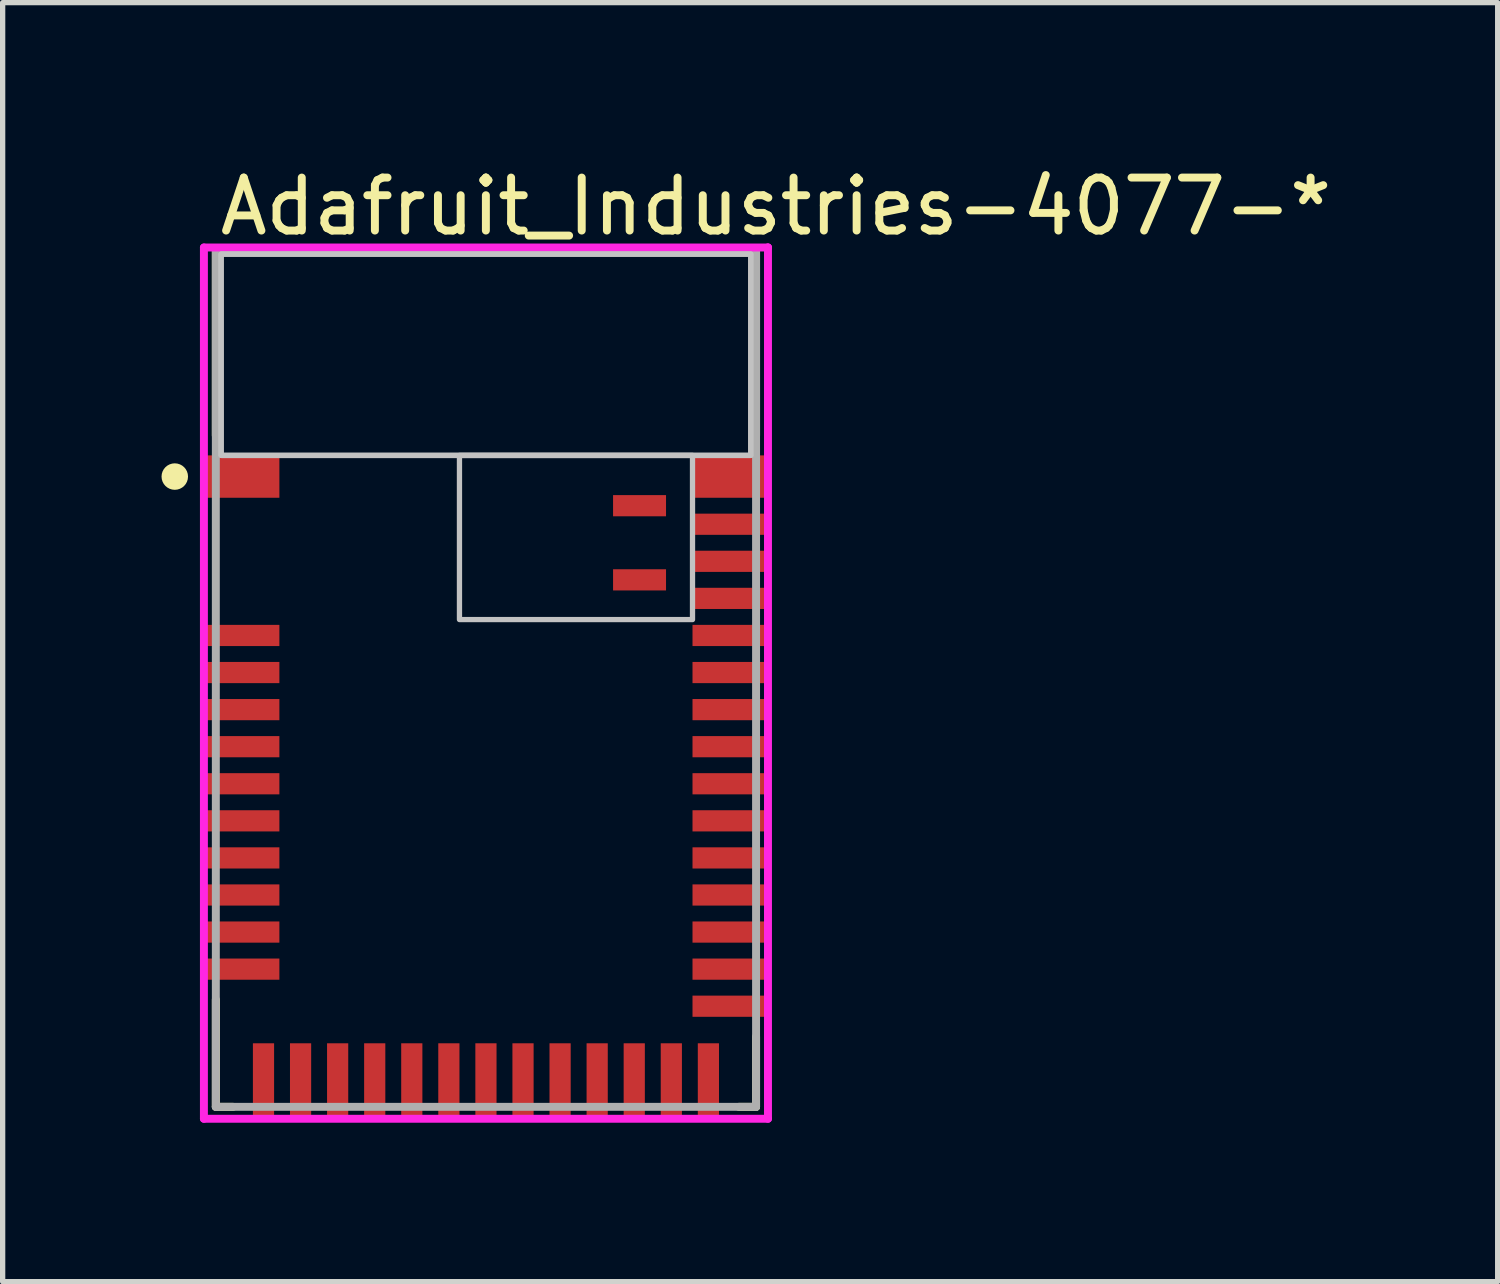
<source format=kicad_pcb>
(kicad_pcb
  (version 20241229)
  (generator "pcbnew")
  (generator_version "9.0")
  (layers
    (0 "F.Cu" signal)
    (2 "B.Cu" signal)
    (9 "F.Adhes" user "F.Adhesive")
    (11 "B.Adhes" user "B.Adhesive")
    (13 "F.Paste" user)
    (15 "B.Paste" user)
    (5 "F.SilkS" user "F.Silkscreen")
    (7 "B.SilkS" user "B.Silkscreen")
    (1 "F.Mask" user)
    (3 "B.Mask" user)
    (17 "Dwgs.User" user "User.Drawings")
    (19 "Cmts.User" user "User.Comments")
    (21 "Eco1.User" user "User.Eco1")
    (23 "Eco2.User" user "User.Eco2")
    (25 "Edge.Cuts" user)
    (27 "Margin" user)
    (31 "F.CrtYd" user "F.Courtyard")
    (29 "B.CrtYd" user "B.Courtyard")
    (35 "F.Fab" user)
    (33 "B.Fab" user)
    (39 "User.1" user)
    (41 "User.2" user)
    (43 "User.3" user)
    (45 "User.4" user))
  (footprint "Adafruit_Industries-4077-*"
    (layer "F.Cu")
    (at 6.125 9.748)
    (property "Reference" "Adafruit_Industries-4077-*" (at -5.1 -8.9 0) (layer "F.SilkS") (effects (font (size 1 1) (thickness 0.15)) (justify left)))
    (attr through_hole)
    (fp_line (start -5.1 -8.1) (end 5.1 -8.1) (stroke (width 0.15) (type solid)) (layer "F.SilkS"))
    (fp_line (start -5.1 -4.575) (end -5.1 -8.1) (stroke (width 0.15) (type solid)) (layer "F.SilkS"))
    (fp_line (start -5.1 8.1) (end -5.1 6.075) (stroke (width 0.15) (type solid)) (layer "F.SilkS"))
    (fp_line (start -5.1 8.1) (end -4.775 8.1) (stroke (width 0.15) (type solid)) (layer "F.SilkS"))
    (fp_line (start 4.775 8.1) (end 5.1 8.1) (stroke (width 0.15) (type solid)) (layer "F.SilkS"))
    (fp_line (start 5.1 -4.575) (end 5.1 -8.1) (stroke (width 0.15) (type solid)) (layer "F.SilkS"))
    (fp_line (start 5.1 8.1) (end 5.1 6.775) (stroke (width 0.15) (type solid)) (layer "F.SilkS"))
    (fp_circle (center -5.875 -3.8) (end -5.75 -3.8) (stroke (width 0.25) (type solid)) (fill no) (layer "F.SilkS"))
    (fp_poly (pts (xy -5 -8) (xy 5 -8) (xy 5 -4.2) (xy -5 -4.2)) (stroke (width 0.1) (type solid)) (fill no) (layer "Dwgs.User"))
    (fp_poly (pts (xy -5 -8) (xy 5 -8) (xy 5 -4.2) (xy -5 -4.2)) (stroke (width 0.1) (type solid)) (fill no) (layer "Dwgs.User"))
    (fp_poly (pts (xy -0.5 -4.2) (xy 3.9 -4.2) (xy 3.9 -1.1) (xy -0.5 -1.1)) (stroke (width 0.1) (type solid)) (fill no) (layer "Dwgs.User"))
    (fp_line (start -5.325 -8.125) (end -5.325 8.325) (stroke (width 0.15) (type solid)) (layer "F.CrtYd"))
    (fp_line (start -5.325 8.325) (end 5.325 8.325) (stroke (width 0.15) (type solid)) (layer "F.CrtYd"))
    (fp_line (start 5.325 -8.125) (end -5.325 -8.125) (stroke (width 0.15) (type solid)) (layer "F.CrtYd"))
    (fp_line (start 5.325 -8.125) (end 5.325 -8.125) (stroke (width 0.15) (type solid)) (layer "F.CrtYd"))
    (fp_line (start 5.325 8.325) (end 5.325 -8.125) (stroke (width 0.15) (type solid)) (layer "F.CrtYd"))
    (fp_line (start -5.1 -8.1) (end 5.1 -8.1) (stroke (width 0.15) (type solid)) (layer "F.Fab"))
    (fp_line (start -5.1 8.1) (end -5.1 -8.1) (stroke (width 0.15) (type solid)) (layer "F.Fab"))
    (fp_line (start 5.1 -8.1) (end 5.1 8.1) (stroke (width 0.15) (type solid)) (layer "F.Fab"))
    (fp_line (start 5.1 8.1) (end -5.1 8.1) (stroke (width 0.15) (type solid)) (layer "F.Fab"))
    (pad "1" smd rect (at -4.6 -3.8) (size 1.4 0.8) (layers "F.Cu" "F.Mask" "F.Paste"))
    (pad "2" smd rect (at -4.6 -0.8) (size 1.4 0.4) (layers "F.Cu" "F.Mask" "F.Paste"))
    (pad "3" smd rect (at -4.6 -0.1) (size 1.4 0.4) (layers "F.Cu" "F.Mask" "F.Paste"))
    (pad "4" smd rect (at -4.6 0.6) (size 1.4 0.4) (layers "F.Cu" "F.Mask" "F.Paste"))
    (pad "5" smd rect (at -4.6 1.3) (size 1.4 0.4) (layers "F.Cu" "F.Mask" "F.Paste"))
    (pad "6" smd rect (at -4.6 2) (size 1.4 0.4) (layers "F.Cu" "F.Mask" "F.Paste"))
    (pad "7" smd rect (at -4.6 2.7) (size 1.4 0.4) (layers "F.Cu" "F.Mask" "F.Paste"))
    (pad "8" smd rect (at -4.6 3.4) (size 1.4 0.4) (layers "F.Cu" "F.Mask" "F.Paste"))
    (pad "9" smd rect (at -4.6 4.1) (size 1.4 0.4) (layers "F.Cu" "F.Mask" "F.Paste"))
    (pad "10" smd rect (at -4.6 4.8) (size 1.4 0.4) (layers "F.Cu" "F.Mask" "F.Paste"))
    (pad "11" smd rect (at -4.6 5.5) (size 1.4 0.4) (layers "F.Cu" "F.Mask" "F.Paste"))
    (pad "12" smd rect (at -4.2 7.6) (size 0.4 1.4) (layers "F.Cu" "F.Mask" "F.Paste"))
    (pad "13" smd rect (at -3.5 7.6) (size 0.4 1.4) (layers "F.Cu" "F.Mask" "F.Paste"))
    (pad "14" smd rect (at -2.8 7.6) (size 0.4 1.4) (layers "F.Cu" "F.Mask" "F.Paste"))
    (pad "15" smd rect (at -2.1 7.6) (size 0.4 1.4) (layers "F.Cu" "F.Mask" "F.Paste"))
    (pad "16" smd rect (at -1.4 7.6) (size 0.4 1.4) (layers "F.Cu" "F.Mask" "F.Paste"))
    (pad "17" smd rect (at -0.7 7.6) (size 0.4 1.4) (layers "F.Cu" "F.Mask" "F.Paste"))
    (pad "18" smd rect (at 0 7.6) (size 0.4 1.4) (layers "F.Cu" "F.Mask" "F.Paste"))
    (pad "19" smd rect (at 0.7 7.6) (size 0.4 1.4) (layers "F.Cu" "F.Mask" "F.Paste"))
    (pad "20" smd rect (at 1.4 7.6) (size 0.4 1.4) (layers "F.Cu" "F.Mask" "F.Paste"))
    (pad "21" smd rect (at 2.1 7.6) (size 0.4 1.4) (layers "F.Cu" "F.Mask" "F.Paste"))
    (pad "22" smd rect (at 2.8 7.6) (size 0.4 1.4) (layers "F.Cu" "F.Mask" "F.Paste"))
    (pad "23" smd rect (at 3.5 7.6) (size 0.4 1.4) (layers "F.Cu" "F.Mask" "F.Paste"))
    (pad "24" smd rect (at 4.2 7.6) (size 0.4 1.4) (layers "F.Cu" "F.Mask" "F.Paste"))
    (pad "25" smd rect (at 4.6 6.2) (size 1.4 0.4) (layers "F.Cu" "F.Mask" "F.Paste"))
    (pad "26" smd rect (at 4.6 5.5) (size 1.4 0.4) (layers "F.Cu" "F.Mask" "F.Paste"))
    (pad "27" smd rect (at 4.6 4.8) (size 1.4 0.4) (layers "F.Cu" "F.Mask" "F.Paste"))
    (pad "28" smd rect (at 4.6 4.1) (size 1.4 0.4) (layers "F.Cu" "F.Mask" "F.Paste"))
    (pad "29" smd rect (at 4.6 3.4) (size 1.4 0.4) (layers "F.Cu" "F.Mask" "F.Paste"))
    (pad "30" smd rect (at 4.6 2.7) (size 1.4 0.4) (layers "F.Cu" "F.Mask" "F.Paste"))
    (pad "31" smd rect (at 4.6 2) (size 1.4 0.4) (layers "F.Cu" "F.Mask" "F.Paste"))
    (pad "32" smd rect (at 4.6 1.3) (size 1.4 0.4) (layers "F.Cu" "F.Mask" "F.Paste"))
    (pad "33" smd rect (at 4.6 0.6) (size 1.4 0.4) (layers "F.Cu" "F.Mask" "F.Paste"))
    (pad "34" smd rect (at 4.6 -0.1) (size 1.4 0.4) (layers "F.Cu" "F.Mask" "F.Paste"))
    (pad "35" smd rect (at 4.6 -0.8) (size 1.4 0.4) (layers "F.Cu" "F.Mask" "F.Paste"))
    (pad "36" smd rect (at 4.6 -1.5) (size 1.4 0.4) (layers "F.Cu" "F.Mask" "F.Paste"))
    (pad "37" smd rect (at 4.6 -2.2) (size 1.4 0.4) (layers "F.Cu" "F.Mask" "F.Paste"))
    (pad "38" smd rect (at 4.6 -2.9) (size 1.4 0.4) (layers "F.Cu" "F.Mask" "F.Paste"))
    (pad "39" smd rect (at 4.6 -3.8) (size 1.4 0.8) (layers "F.Cu" "F.Mask" "F.Paste"))
    (pad "40" smd rect (at 2.9 -3.25) (size 1 0.4) (layers "F.Cu" "F.Mask" "F.Paste"))
    (pad "41" smd rect (at 2.9 -1.85) (size 1 0.4) (layers "F.Cu" "F.Mask" "F.Paste")))
  (gr_rect
    (start -3 -3)
    (end 25.227 21.148)
    (stroke (width 0.1) (type default))
    (fill no)
    (layer "Edge.Cuts")))
</source>
